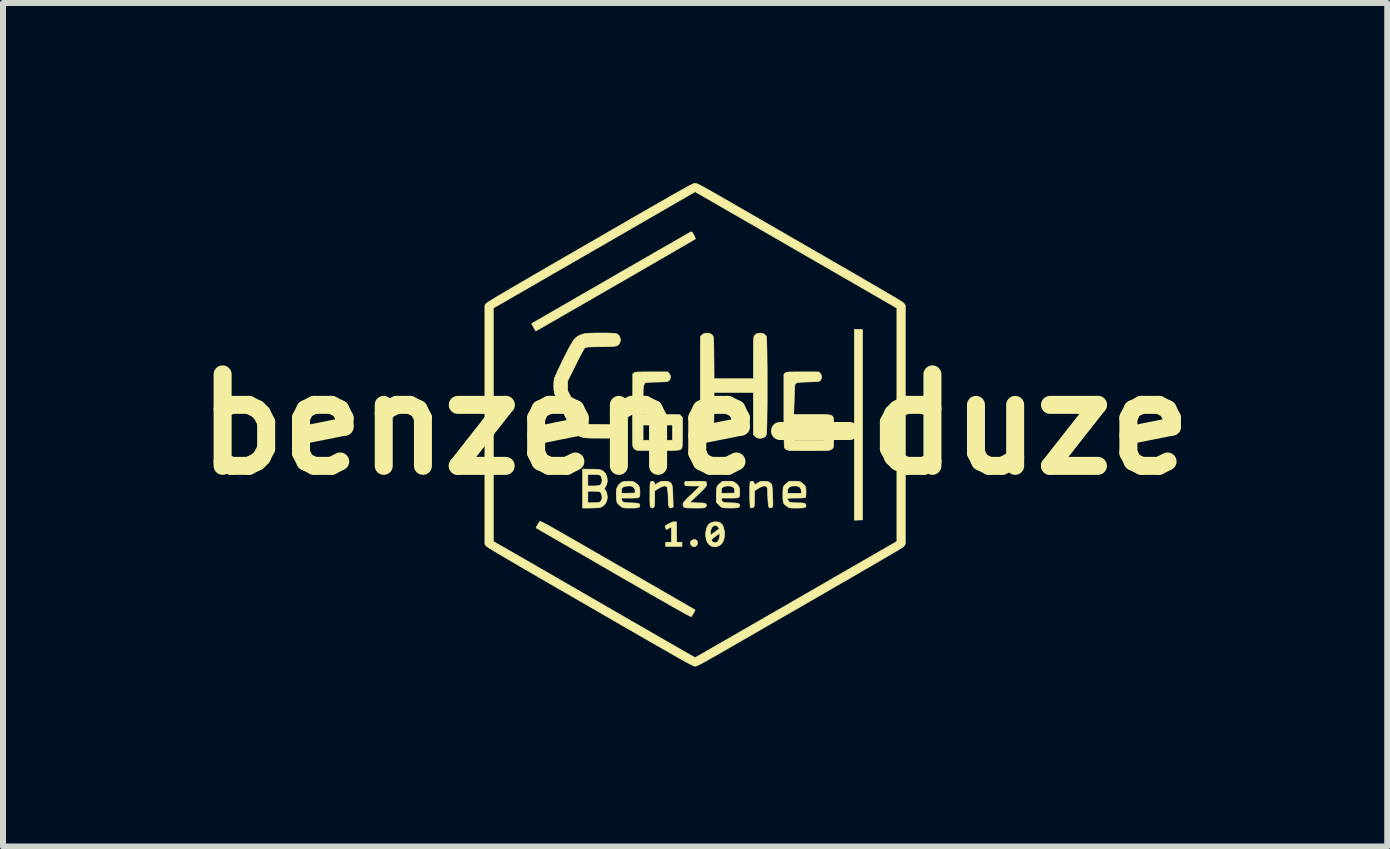
<source format=kicad_pcb>
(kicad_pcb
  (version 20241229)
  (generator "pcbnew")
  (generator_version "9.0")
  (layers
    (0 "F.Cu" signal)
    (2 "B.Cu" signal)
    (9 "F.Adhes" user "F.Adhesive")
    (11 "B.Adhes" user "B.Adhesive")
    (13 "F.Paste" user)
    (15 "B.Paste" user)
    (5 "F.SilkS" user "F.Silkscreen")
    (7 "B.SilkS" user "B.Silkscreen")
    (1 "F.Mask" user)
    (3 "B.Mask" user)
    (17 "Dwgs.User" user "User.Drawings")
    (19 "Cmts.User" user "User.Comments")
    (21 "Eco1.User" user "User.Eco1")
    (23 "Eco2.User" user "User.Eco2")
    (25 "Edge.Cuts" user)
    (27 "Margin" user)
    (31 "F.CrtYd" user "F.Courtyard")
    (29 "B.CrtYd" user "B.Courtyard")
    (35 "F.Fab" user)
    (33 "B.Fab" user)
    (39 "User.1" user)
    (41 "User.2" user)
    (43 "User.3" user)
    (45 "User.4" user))
  (footprint "benzene-duze"
    (layer "F.Cu")
    (at 8.534 4.024)
    (property "Reference" "benzene-duze" (at 0 0 0) (layer "F.SilkS") (effects (font (size 1.524 1.524) (thickness 0.3))))
    (attr through_hole)
    (fp_poly (pts (xy 2.79 -1.581) (xy 2.79 1.59) (xy 2.654 1.595) (xy 2.654 -1.586) (xy 2.79 -1.581)) (stroke (width 0.01) (type solid)) (fill yes) (layer "F.SilkS"))
    (fp_poly (pts (xy 0.024 1.93) (xy 0.03 1.938) (xy 0.042 1.966) (xy 0.039 1.994) (xy 0.025 2.017) (xy 0.003 2.033) (xy -0.025 2.036) (xy -0.041 2.032) (xy -0.064 2.014) (xy -0.077 1.986) (xy -0.079 1.971) (xy -0.071 1.947) (xy -0.052 1.929) (xy -0.026 1.919) (xy 0.001 1.919) (xy 0.024 1.93)) (stroke (width 0.01) (type solid)) (fill yes) (layer "F.SilkS"))
    (fp_poly (pts (xy -0.311 1.625) (xy -0.309 1.793) (xy -0.306 1.962) (xy -0.219 1.962) (xy -0.219 2.032) (xy -0.49 2.032) (xy -0.49 1.962) (xy -0.394 1.962) (xy -0.394 1.708) (xy -0.437 1.729) (xy -0.479 1.751) (xy -0.489 1.729) (xy -0.497 1.709) (xy -0.499 1.697) (xy -0.492 1.688) (xy -0.473 1.674) (xy -0.445 1.658) (xy -0.435 1.653) (xy -0.395 1.633) (xy -0.364 1.623) (xy -0.341 1.622) (xy -0.311 1.625)) (stroke (width 0.01) (type solid)) (fill yes) (layer "F.SilkS"))
    (fp_poly (pts (xy 0.381 1.625) (xy 0.422 1.64) (xy 0.452 1.669) (xy 0.473 1.713) (xy 0.486 1.77) (xy 0.489 1.805) (xy 0.487 1.877) (xy 0.473 1.936) (xy 0.448 1.981) (xy 0.411 2.014) (xy 0.37 2.031) (xy 0.341 2.038) (xy 0.318 2.039) (xy 0.293 2.033) (xy 0.276 2.028) (xy 0.237 2.005) (xy 0.207 1.968) (xy 0.187 1.921) (xy 0.273 1.921) (xy 0.277 1.941) (xy 0.293 1.957) (xy 0.317 1.967) (xy 0.344 1.969) (xy 0.367 1.962) (xy 0.383 1.946) (xy 0.397 1.918) (xy 0.407 1.884) (xy 0.412 1.85) (xy 0.412 1.847) (xy 0.412 1.812) (xy 0.344 1.86) (xy 0.314 1.882) (xy 0.29 1.902) (xy 0.276 1.916) (xy 0.273 1.921) (xy 0.187 1.921) (xy 0.187 1.919) (xy 0.177 1.86) (xy 0.177 1.815) (xy 0.254 1.815) (xy 0.254 1.848) (xy 0.328 1.794) (xy 0.359 1.771) (xy 0.384 1.751) (xy 0.399 1.738) (xy 0.403 1.734) (xy 0.397 1.724) (xy 0.384 1.708) (xy 0.381 1.705) (xy 0.355 1.685) (xy 0.328 1.682) (xy 0.303 1.692) (xy 0.281 1.715) (xy 0.264 1.749) (xy 0.255 1.791) (xy 0.254 1.815) (xy 0.177 1.815) (xy 0.177 1.808) (xy 0.187 1.744) (xy 0.206 1.693) (xy 0.235 1.656) (xy 0.276 1.633) (xy 0.327 1.622) (xy 0.33 1.622) (xy 0.381 1.625)) (stroke (width 0.01) (type solid)) (fill yes) (layer "F.SilkS"))
    (fp_poly (pts (xy -2.579 1.617) (xy -2.57 1.62) (xy -2.559 1.625) (xy -2.543 1.632) (xy -2.522 1.642) (xy -2.496 1.656) (xy -2.464 1.673) (xy -2.425 1.694) (xy -2.379 1.72) (xy -2.325 1.751) (xy -2.261 1.787) (xy -2.189 1.828) (xy -2.106 1.876) (xy -2.012 1.93) (xy -1.906 1.99) (xy -1.789 2.058) (xy -1.658 2.134) (xy -1.514 2.217) (xy -1.355 2.308) (xy -1.309 2.335) (xy -1.171 2.414) (xy -1.037 2.492) (xy -0.908 2.566) (xy -0.785 2.638) (xy -0.667 2.705) (xy -0.557 2.769) (xy -0.455 2.828) (xy -0.361 2.882) (xy -0.277 2.931) (xy -0.204 2.973) (xy -0.141 3.009) (xy -0.091 3.038) (xy -0.053 3.06) (xy -0.029 3.074) (xy -0.019 3.08) (xy -0.019 3.08) (xy 0.001 3.093) (xy -0.027 3.143) (xy -0.043 3.17) (xy -0.057 3.192) (xy -0.065 3.202) (xy -0.071 3.201) (xy -0.086 3.194) (xy -0.112 3.181) (xy -0.148 3.162) (xy -0.194 3.136) (xy -0.252 3.104) (xy -0.321 3.065) (xy -0.402 3.02) (xy -0.495 2.966) (xy -0.601 2.906) (xy -0.72 2.838) (xy -0.852 2.762) (xy -0.999 2.677) (xy -1.159 2.585) (xy -1.335 2.484) (xy -1.363 2.467) (xy -2.652 1.722) (xy -2.629 1.682) (xy -2.613 1.654) (xy -2.598 1.63) (xy -2.593 1.621) (xy -2.591 1.619) (xy -2.588 1.617) (xy -2.584 1.617) (xy -2.579 1.617)) (stroke (width 0.01) (type solid)) (fill yes) (layer "F.SilkS"))
    (fp_poly (pts (xy 0.071 0.946) (xy 0.113 0.947) (xy 0.142 0.948) (xy 0.161 0.95) (xy 0.173 0.953) (xy 0.18 0.957) (xy 0.184 0.963) (xy 0.191 0.979) (xy 0.194 0.994) (xy 0.192 1.009) (xy 0.183 1.027) (xy 0.166 1.05) (xy 0.14 1.078) (xy 0.104 1.115) (xy 0.056 1.161) (xy 0.051 1.166) (xy -0.091 1.303) (xy 0.038 1.306) (xy 0.089 1.308) (xy 0.125 1.309) (xy 0.15 1.312) (xy 0.165 1.315) (xy 0.175 1.32) (xy 0.18 1.326) (xy 0.191 1.345) (xy 0.189 1.359) (xy 0.175 1.375) (xy 0.168 1.381) (xy 0.158 1.386) (xy 0.144 1.389) (xy 0.122 1.391) (xy 0.09 1.392) (xy 0.045 1.393) (xy -0.002 1.393) (xy -0.062 1.392) (xy -0.106 1.391) (xy -0.138 1.39) (xy -0.16 1.387) (xy -0.174 1.383) (xy -0.182 1.379) (xy -0.197 1.361) (xy -0.202 1.333) (xy -0.201 1.322) (xy -0.198 1.311) (xy -0.191 1.299) (xy -0.179 1.283) (xy -0.159 1.261) (xy -0.132 1.233) (xy -0.094 1.196) (xy -0.059 1.163) (xy 0.083 1.025) (xy -0.035 1.025) (xy -0.093 1.024) (xy -0.134 1.022) (xy -0.158 1.018) (xy -0.165 1.014) (xy -0.173 0.997) (xy -0.174 0.975) (xy -0.168 0.957) (xy -0.161 0.951) (xy -0.148 0.95) (xy -0.121 0.948) (xy -0.082 0.947) (xy -0.035 0.946) (xy 0.014 0.946) (xy 0.071 0.946)) (stroke (width 0.01) (type solid)) (fill yes) (layer "F.SilkS"))
    (fp_poly (pts (xy 1.204 0.951) (xy 1.244 0.966) (xy 1.271 0.991) (xy 1.277 1.003) (xy 1.281 1.019) (xy 1.284 1.049) (xy 1.288 1.091) (xy 1.291 1.142) (xy 1.293 1.194) (xy 1.295 1.253) (xy 1.296 1.297) (xy 1.296 1.328) (xy 1.295 1.349) (xy 1.292 1.363) (xy 1.288 1.372) (xy 1.284 1.378) (xy 1.263 1.391) (xy 1.243 1.388) (xy 1.235 1.384) (xy 1.228 1.371) (xy 1.222 1.341) (xy 1.217 1.297) (xy 1.213 1.239) (xy 1.21 1.169) (xy 1.21 1.128) (xy 1.208 1.084) (xy 1.202 1.054) (xy 1.192 1.036) (xy 1.174 1.027) (xy 1.15 1.025) (xy 1.124 1.029) (xy 1.09 1.044) (xy 1.054 1.065) (xy 0.99 1.105) (xy 0.99 1.234) (xy 0.99 1.285) (xy 0.989 1.322) (xy 0.987 1.347) (xy 0.984 1.362) (xy 0.979 1.373) (xy 0.974 1.378) (xy 0.95 1.391) (xy 0.929 1.388) (xy 0.921 1.382) (xy 0.918 1.371) (xy 0.916 1.345) (xy 0.914 1.307) (xy 0.912 1.261) (xy 0.911 1.21) (xy 0.911 1.157) (xy 0.911 1.104) (xy 0.911 1.055) (xy 0.913 1.012) (xy 0.915 0.98) (xy 0.917 0.96) (xy 0.919 0.956) (xy 0.932 0.948) (xy 0.951 0.947) (xy 0.971 0.954) (xy 0.983 0.972) (xy 0.986 0.978) (xy 0.995 1.006) (xy 1.042 0.976) (xy 1.07 0.959) (xy 1.094 0.95) (xy 1.121 0.947) (xy 1.15 0.946) (xy 1.204 0.951)) (stroke (width 0.01) (type solid)) (fill yes) (layer "F.SilkS"))
    (fp_poly (pts (xy -0.69 0.953) (xy -0.676 0.975) (xy -0.673 0.988) (xy -0.671 0.998) (xy -0.666 1.002) (xy -0.655 0.997) (xy -0.634 0.985) (xy -0.622 0.977) (xy -0.593 0.96) (xy -0.569 0.951) (xy -0.542 0.947) (xy -0.514 0.946) (xy -0.472 0.948) (xy -0.439 0.955) (xy -0.429 0.959) (xy -0.412 0.97) (xy -0.399 0.982) (xy -0.389 1) (xy -0.382 1.025) (xy -0.377 1.059) (xy -0.373 1.106) (xy -0.371 1.166) (xy -0.37 1.201) (xy -0.365 1.374) (xy -0.39 1.385) (xy -0.408 1.392) (xy -0.421 1.387) (xy -0.43 1.376) (xy -0.439 1.362) (xy -0.444 1.341) (xy -0.447 1.311) (xy -0.448 1.28) (xy -0.449 1.206) (xy -0.452 1.144) (xy -0.457 1.094) (xy -0.463 1.058) (xy -0.47 1.037) (xy -0.473 1.033) (xy -0.501 1.024) (xy -0.535 1.029) (xy -0.578 1.047) (xy -0.61 1.065) (xy -0.674 1.105) (xy -0.674 1.235) (xy -0.675 1.288) (xy -0.676 1.325) (xy -0.678 1.351) (xy -0.682 1.367) (xy -0.687 1.377) (xy -0.688 1.379) (xy -0.707 1.391) (xy -0.728 1.388) (xy -0.738 1.383) (xy -0.743 1.379) (xy -0.747 1.371) (xy -0.749 1.358) (xy -0.751 1.337) (xy -0.752 1.306) (xy -0.753 1.264) (xy -0.753 1.206) (xy -0.753 1.171) (xy -0.753 1.102) (xy -0.752 1.049) (xy -0.751 1.01) (xy -0.748 0.982) (xy -0.744 0.964) (xy -0.738 0.953) (xy -0.729 0.948) (xy -0.718 0.946) (xy -0.713 0.946) (xy -0.69 0.953)) (stroke (width 0.01) (type solid)) (fill yes) (layer "F.SilkS"))
    (fp_poly (pts (xy -1.745 0.745) (xy -1.682 0.745) (xy -1.633 0.748) (xy -1.596 0.752) (xy -1.567 0.76) (xy -1.544 0.771) (xy -1.524 0.785) (xy -1.495 0.816) (xy -1.477 0.853) (xy -1.466 0.9) (xy -1.464 0.955) (xy -1.474 1.001) (xy -1.494 1.038) (xy -1.507 1.059) (xy -1.511 1.071) (xy -1.506 1.082) (xy -1.502 1.087) (xy -1.483 1.117) (xy -1.47 1.158) (xy -1.463 1.204) (xy -1.463 1.213) (xy -1.471 1.267) (xy -1.492 1.314) (xy -1.525 1.352) (xy -1.567 1.378) (xy -1.583 1.383) (xy -1.604 1.387) (xy -1.638 1.389) (xy -1.681 1.391) (xy -1.729 1.392) (xy -1.745 1.393) (xy -1.874 1.393) (xy -1.874 1.112) (xy -1.787 1.112) (xy -1.787 1.305) (xy -1.7 1.305) (xy -1.66 1.304) (xy -1.625 1.302) (xy -1.599 1.298) (xy -1.591 1.295) (xy -1.567 1.275) (xy -1.553 1.241) (xy -1.55 1.209) (xy -1.556 1.166) (xy -1.572 1.136) (xy -1.591 1.122) (xy -1.609 1.118) (xy -1.639 1.115) (xy -1.677 1.113) (xy -1.7 1.112) (xy -1.787 1.112) (xy -1.874 1.112) (xy -1.874 0.832) (xy -1.787 0.832) (xy -1.787 1.025) (xy -1.7 1.025) (xy -1.66 1.024) (xy -1.625 1.021) (xy -1.599 1.017) (xy -1.591 1.015) (xy -1.567 0.995) (xy -1.553 0.961) (xy -1.55 0.928) (xy -1.556 0.886) (xy -1.572 0.855) (xy -1.591 0.842) (xy -1.609 0.838) (xy -1.639 0.834) (xy -1.677 0.832) (xy -1.7 0.832) (xy -1.787 0.832) (xy -1.874 0.832) (xy -1.874 0.744) (xy -1.745 0.745)) (stroke (width 0.01) (type solid)) (fill yes) (layer "F.SilkS"))
    (fp_poly (pts (xy -0.059 -3.209) (xy -0.047 -3.198) (xy -0.031 -3.174) (xy -0.022 -3.157) (xy -0.007 -3.128) (xy 0.002 -3.105) (xy 0.004 -3.093) (xy 0.003 -3.092) (xy -0.005 -3.087) (xy -0.028 -3.074) (xy -0.063 -3.053) (xy -0.112 -3.024) (xy -0.171 -2.99) (xy -0.241 -2.949) (xy -0.321 -2.903) (xy -0.409 -2.852) (xy -0.504 -2.797) (xy -0.607 -2.738) (xy -0.715 -2.675) (xy -0.828 -2.61) (xy -0.945 -2.542) (xy -1.064 -2.473) (xy -1.186 -2.403) (xy -1.309 -2.332) (xy -1.432 -2.261) (xy -1.554 -2.191) (xy -1.675 -2.121) (xy -1.792 -2.053) (xy -1.906 -1.988) (xy -2.016 -1.925) (xy -2.12 -1.865) (xy -2.217 -1.809) (xy -2.307 -1.757) (xy -2.389 -1.71) (xy -2.462 -1.668) (xy -2.524 -1.632) (xy -2.575 -1.603) (xy -2.614 -1.581) (xy -2.64 -1.566) (xy -2.653 -1.559) (xy -2.653 -1.559) (xy -2.66 -1.566) (xy -2.672 -1.585) (xy -2.687 -1.612) (xy -2.691 -1.62) (xy -2.724 -1.68) (xy -2.695 -1.697) (xy -2.672 -1.71) (xy -2.636 -1.731) (xy -2.587 -1.76) (xy -2.527 -1.794) (xy -2.457 -1.835) (xy -2.377 -1.881) (xy -2.288 -1.932) (xy -2.192 -1.988) (xy -2.089 -2.047) (xy -1.981 -2.11) (xy -1.868 -2.175) (xy -1.751 -2.242) (xy -1.631 -2.311) (xy -1.51 -2.381) (xy -1.387 -2.452) (xy -1.265 -2.523) (xy -1.143 -2.593) (xy -1.023 -2.662) (xy -0.906 -2.729) (xy -0.793 -2.794) (xy -0.685 -2.857) (xy -0.582 -2.916) (xy -0.486 -2.971) (xy -0.397 -3.022) (xy -0.317 -3.068) (xy -0.247 -3.108) (xy -0.187 -3.143) (xy -0.138 -3.171) (xy -0.101 -3.192) (xy -0.078 -3.205) (xy -0.069 -3.21) (xy -0.069 -3.21) (xy -0.059 -3.209)) (stroke (width 0.01) (type solid)) (fill yes) (layer "F.SilkS"))
    (fp_poly (pts (xy 0.584 0.946) (xy 0.611 0.948) (xy 0.631 0.952) (xy 0.648 0.96) (xy 0.669 0.973) (xy 0.671 0.975) (xy 0.705 1.002) (xy 0.727 1.032) (xy 0.74 1.069) (xy 0.744 1.117) (xy 0.744 1.131) (xy 0.744 1.164) (xy 0.742 1.188) (xy 0.735 1.205) (xy 0.722 1.216) (xy 0.7 1.223) (xy 0.666 1.225) (xy 0.619 1.226) (xy 0.577 1.226) (xy 0.438 1.226) (xy 0.438 1.247) (xy 0.444 1.267) (xy 0.458 1.285) (xy 0.467 1.293) (xy 0.48 1.298) (xy 0.498 1.302) (xy 0.526 1.304) (xy 0.566 1.306) (xy 0.596 1.306) (xy 0.652 1.308) (xy 0.692 1.312) (xy 0.719 1.317) (xy 0.735 1.325) (xy 0.743 1.337) (xy 0.744 1.349) (xy 0.741 1.365) (xy 0.73 1.377) (xy 0.709 1.385) (xy 0.676 1.39) (xy 0.629 1.392) (xy 0.587 1.392) (xy 0.542 1.391) (xy 0.502 1.39) (xy 0.471 1.387) (xy 0.453 1.385) (xy 0.451 1.384) (xy 0.436 1.374) (xy 0.414 1.356) (xy 0.394 1.336) (xy 0.355 1.296) (xy 0.355 1.175) (xy 0.355 1.121) (xy 0.356 1.105) (xy 0.438 1.105) (xy 0.438 1.148) (xy 0.55 1.145) (xy 0.661 1.143) (xy 0.66 1.104) (xy 0.657 1.076) (xy 0.647 1.057) (xy 0.634 1.045) (xy 0.604 1.031) (xy 0.565 1.024) (xy 0.523 1.025) (xy 0.484 1.035) (xy 0.467 1.043) (xy 0.45 1.056) (xy 0.441 1.069) (xy 0.438 1.091) (xy 0.438 1.105) (xy 0.356 1.105) (xy 0.357 1.081) (xy 0.362 1.051) (xy 0.37 1.029) (xy 0.383 1.01) (xy 0.403 0.992) (xy 0.419 0.979) (xy 0.46 0.946) (xy 0.544 0.946) (xy 0.584 0.946)) (stroke (width 0.01) (type solid)) (fill yes) (layer "F.SilkS"))
    (fp_poly (pts (xy -1.076 0.946) (xy -1.049 0.949) (xy -1.03 0.954) (xy -1.011 0.963) (xy -0.995 0.974) (xy -0.961 0.999) (xy -0.938 1.026) (xy -0.926 1.057) (xy -0.92 1.098) (xy -0.92 1.127) (xy -0.92 1.161) (xy -0.922 1.187) (xy -0.928 1.204) (xy -0.941 1.216) (xy -0.963 1.222) (xy -0.996 1.225) (xy -1.043 1.226) (xy -1.087 1.226) (xy -1.226 1.226) (xy -1.226 1.247) (xy -1.22 1.267) (xy -1.206 1.285) (xy -1.197 1.293) (xy -1.184 1.298) (xy -1.166 1.302) (xy -1.139 1.304) (xy -1.099 1.306) (xy -1.067 1.306) (xy -1.011 1.309) (xy -0.97 1.312) (xy -0.943 1.318) (xy -0.927 1.327) (xy -0.921 1.339) (xy -0.922 1.357) (xy -0.923 1.36) (xy -0.927 1.372) (xy -0.936 1.38) (xy -0.951 1.386) (xy -0.975 1.39) (xy -1.011 1.392) (xy -1.061 1.392) (xy -1.082 1.392) (xy -1.131 1.392) (xy -1.166 1.391) (xy -1.19 1.388) (xy -1.207 1.383) (xy -1.221 1.377) (xy -1.222 1.376) (xy -1.244 1.359) (xy -1.27 1.337) (xy -1.278 1.329) (xy -1.292 1.313) (xy -1.301 1.298) (xy -1.306 1.279) (xy -1.309 1.253) (xy -1.312 1.219) (xy -1.314 1.155) (xy -1.312 1.105) (xy -1.226 1.105) (xy -1.226 1.148) (xy -1.115 1.145) (xy -1.003 1.143) (xy -1 1.11) (xy -1.001 1.085) (xy -1.011 1.065) (xy -1.024 1.051) (xy -1.039 1.037) (xy -1.055 1.029) (xy -1.076 1.025) (xy -1.108 1.025) (xy -1.148 1.027) (xy -1.177 1.033) (xy -1.197 1.043) (xy -1.215 1.056) (xy -1.223 1.069) (xy -1.226 1.091) (xy -1.226 1.105) (xy -1.312 1.105) (xy -1.312 1.104) (xy -1.305 1.065) (xy -1.292 1.034) (xy -1.274 1.008) (xy -1.272 1.006) (xy -1.245 0.979) (xy -1.22 0.961) (xy -1.191 0.951) (xy -1.154 0.947) (xy -1.114 0.946) (xy -1.076 0.946)) (stroke (width 0.01) (type solid)) (fill yes) (layer "F.SilkS"))
    (fp_poly (pts (xy -0.435 -0.853) (xy -0.417 -0.824) (xy -0.411 -0.792) (xy -0.417 -0.76) (xy -0.433 -0.733) (xy -0.459 -0.716) (xy -0.467 -0.714) (xy -0.481 -0.713) (xy -0.51 -0.711) (xy -0.551 -0.709) (xy -0.599 -0.708) (xy -0.648 -0.707) (xy -0.7 -0.706) (xy -0.747 -0.704) (xy -0.786 -0.702) (xy -0.813 -0.699) (xy -0.825 -0.697) (xy -0.838 -0.685) (xy -0.852 -0.665) (xy -0.853 -0.661) (xy -0.858 -0.65) (xy -0.861 -0.634) (xy -0.863 -0.611) (xy -0.865 -0.58) (xy -0.866 -0.538) (xy -0.867 -0.483) (xy -0.867 -0.413) (xy -0.867 -0.4) (xy -0.867 -0.167) (xy -0.252 -0.162) (xy -0.231 -0.137) (xy -0.21 -0.113) (xy -0.21 0.127) (xy -0.211 0.212) (xy -0.212 0.28) (xy -0.214 0.333) (xy -0.216 0.369) (xy -0.22 0.387) (xy -0.22 0.388) (xy -0.226 0.399) (xy -0.232 0.408) (xy -0.242 0.416) (xy -0.257 0.422) (xy -0.277 0.426) (xy -0.306 0.429) (xy -0.344 0.431) (xy -0.393 0.433) (xy -0.455 0.434) (xy -0.532 0.435) (xy -0.604 0.435) (xy -0.68 0.435) (xy -0.751 0.435) (xy -0.816 0.434) (xy -0.872 0.434) (xy -0.918 0.432) (xy -0.95 0.431) (xy -0.967 0.43) (xy -0.967 0.43) (xy -1.004 0.415) (xy -1.028 0.387) (xy -1.038 0.356) (xy -1.039 0.343) (xy -1.04 0.314) (xy -1.04 0.27) (xy -1.041 0.213) (xy -1.041 0.145) (xy -1.041 0.067) (xy -1.041 0.009) (xy -0.867 0.009) (xy -0.867 0.263) (xy -0.377 0.263) (xy -0.377 0.009) (xy -0.867 0.009) (xy -1.041 0.009) (xy -1.041 -0.02) (xy -1.041 -0.113) (xy -1.041 -0.211) (xy -1.04 -0.257) (xy -1.038 -0.842) (xy -1.017 -0.859) (xy -1.01 -0.864) (xy -1.002 -0.868) (xy -0.989 -0.87) (xy -0.971 -0.873) (xy -0.945 -0.874) (xy -0.909 -0.875) (xy -0.861 -0.876) (xy -0.8 -0.876) (xy -0.727 -0.876) (xy -0.458 -0.876) (xy -0.435 -0.853)) (stroke (width 0.01) (type solid)) (fill yes) (layer "F.SilkS"))
    (fp_poly (pts (xy 1.695 0.946) (xy 1.722 0.948) (xy 1.742 0.952) (xy 1.758 0.959) (xy 1.775 0.971) (xy 1.775 0.971) (xy 1.808 0.996) (xy 1.829 1.019) (xy 1.841 1.045) (xy 1.847 1.077) (xy 1.848 1.122) (xy 1.848 1.125) (xy 1.847 1.169) (xy 1.843 1.2) (xy 1.838 1.215) (xy 1.838 1.216) (xy 1.826 1.22) (xy 1.8 1.223) (xy 1.759 1.225) (xy 1.702 1.226) (xy 1.684 1.226) (xy 1.631 1.226) (xy 1.593 1.227) (xy 1.568 1.228) (xy 1.552 1.23) (xy 1.544 1.234) (xy 1.542 1.239) (xy 1.542 1.242) (xy 1.547 1.26) (xy 1.561 1.28) (xy 1.563 1.282) (xy 1.573 1.292) (xy 1.583 1.298) (xy 1.597 1.302) (xy 1.619 1.304) (xy 1.651 1.305) (xy 1.692 1.306) (xy 1.747 1.307) (xy 1.787 1.309) (xy 1.815 1.312) (xy 1.832 1.318) (xy 1.841 1.327) (xy 1.846 1.339) (xy 1.847 1.344) (xy 1.847 1.362) (xy 1.842 1.374) (xy 1.829 1.383) (xy 1.806 1.388) (xy 1.771 1.391) (xy 1.721 1.393) (xy 1.694 1.393) (xy 1.645 1.393) (xy 1.611 1.392) (xy 1.586 1.39) (xy 1.569 1.386) (xy 1.556 1.381) (xy 1.542 1.372) (xy 1.535 1.367) (xy 1.508 1.346) (xy 1.488 1.328) (xy 1.475 1.308) (xy 1.468 1.283) (xy 1.464 1.25) (xy 1.463 1.204) (xy 1.463 1.177) (xy 1.463 1.132) (xy 1.464 1.109) (xy 1.542 1.109) (xy 1.542 1.147) (xy 1.769 1.147) (xy 1.769 1.11) (xy 1.766 1.08) (xy 1.754 1.059) (xy 1.745 1.048) (xy 1.73 1.036) (xy 1.714 1.029) (xy 1.692 1.025) (xy 1.658 1.025) (xy 1.623 1.026) (xy 1.6 1.029) (xy 1.583 1.037) (xy 1.568 1.047) (xy 1.551 1.066) (xy 1.543 1.086) (xy 1.542 1.109) (xy 1.464 1.109) (xy 1.465 1.091) (xy 1.467 1.06) (xy 1.471 1.04) (xy 1.471 1.039) (xy 1.482 1.022) (xy 1.503 1) (xy 1.524 0.982) (xy 1.569 0.946) (xy 1.655 0.946) (xy 1.695 0.946)) (stroke (width 0.01) (type solid)) (fill yes) (layer "F.SilkS"))
    (fp_poly (pts (xy 1.113 -1.52) (xy 1.148 -1.508) (xy 1.176 -1.486) (xy 1.187 -1.468) (xy 1.189 -1.453) (xy 1.192 -1.423) (xy 1.194 -1.378) (xy 1.195 -1.32) (xy 1.197 -1.251) (xy 1.198 -1.172) (xy 1.199 -1.085) (xy 1.2 -0.992) (xy 1.201 -0.893) (xy 1.201 -0.79) (xy 1.201 -0.685) (xy 1.201 -0.58) (xy 1.201 -0.476) (xy 1.201 -0.374) (xy 1.2 -0.277) (xy 1.199 -0.185) (xy 1.198 -0.1) (xy 1.197 -0.024) (xy 1.195 0.042) (xy 1.194 0.096) (xy 1.192 0.136) (xy 1.189 0.162) (xy 1.188 0.17) (xy 1.17 0.2) (xy 1.144 0.218) (xy 1.108 0.227) (xy 1.083 0.228) (xy 1.053 0.227) (xy 1.032 0.222) (xy 1.015 0.211) (xy 1.002 0.198) (xy 0.972 0.168) (xy 0.972 -0.534) (xy 0.316 -0.534) (xy 0.314 -0.186) (xy 0.313 -0.095) (xy 0.312 -0.02) (xy 0.311 0.041) (xy 0.309 0.089) (xy 0.307 0.126) (xy 0.304 0.154) (xy 0.3 0.174) (xy 0.294 0.189) (xy 0.287 0.199) (xy 0.278 0.206) (xy 0.267 0.212) (xy 0.263 0.214) (xy 0.233 0.224) (xy 0.196 0.227) (xy 0.159 0.224) (xy 0.132 0.216) (xy 0.125 0.212) (xy 0.119 0.208) (xy 0.113 0.203) (xy 0.108 0.196) (xy 0.104 0.186) (xy 0.1 0.171) (xy 0.097 0.152) (xy 0.095 0.126) (xy 0.093 0.092) (xy 0.091 0.051) (xy 0.09 -0.001) (xy 0.089 -0.062) (xy 0.089 -0.136) (xy 0.088 -0.222) (xy 0.088 -0.322) (xy 0.088 -0.436) (xy 0.088 -0.566) (xy 0.088 -0.65) (xy 0.088 -1.462) (xy 0.112 -1.49) (xy 0.142 -1.512) (xy 0.179 -1.522) (xy 0.218 -1.522) (xy 0.255 -1.512) (xy 0.285 -1.492) (xy 0.299 -1.473) (xy 0.302 -1.463) (xy 0.305 -1.447) (xy 0.307 -1.422) (xy 0.309 -1.388) (xy 0.31 -1.343) (xy 0.312 -1.284) (xy 0.313 -1.212) (xy 0.313 -1.123) (xy 0.314 -1.106) (xy 0.316 -0.762) (xy 0.972 -0.762) (xy 0.972 -1.106) (xy 0.973 -1.2) (xy 0.973 -1.278) (xy 0.974 -1.34) (xy 0.975 -1.39) (xy 0.977 -1.426) (xy 0.979 -1.452) (xy 0.982 -1.467) (xy 0.983 -1.471) (xy 1.006 -1.498) (xy 1.037 -1.515) (xy 1.075 -1.522) (xy 1.113 -1.52)) (stroke (width 0.01) (type solid)) (fill yes) (layer "F.SilkS"))
    (fp_poly (pts (xy 2.082 -0.855) (xy 2.101 -0.828) (xy 2.108 -0.794) (xy 2.103 -0.761) (xy 2.087 -0.734) (xy 2.079 -0.727) (xy 2.07 -0.722) (xy 2.057 -0.718) (xy 2.038 -0.715) (xy 2.01 -0.713) (xy 1.971 -0.712) (xy 1.917 -0.71) (xy 1.889 -0.709) (xy 1.823 -0.707) (xy 1.772 -0.705) (xy 1.734 -0.701) (xy 1.707 -0.697) (xy 1.688 -0.69) (xy 1.676 -0.682) (xy 1.667 -0.671) (xy 1.665 -0.667) (xy 1.663 -0.655) (xy 1.66 -0.627) (xy 1.658 -0.587) (xy 1.655 -0.536) (xy 1.653 -0.478) (xy 1.651 -0.414) (xy 1.651 -0.409) (xy 1.644 -0.166) (xy 1.939 -0.166) (xy 2.026 -0.166) (xy 2.097 -0.166) (xy 2.154 -0.165) (xy 2.198 -0.163) (xy 2.232 -0.16) (xy 2.257 -0.155) (xy 2.274 -0.149) (xy 2.286 -0.142) (xy 2.295 -0.132) (xy 2.301 -0.12) (xy 2.302 -0.117) (xy 2.306 -0.102) (xy 2.308 -0.077) (xy 2.31 -0.039) (xy 2.311 0.012) (xy 2.311 0.078) (xy 2.31 0.147) (xy 2.31 0.218) (xy 2.309 0.273) (xy 2.308 0.315) (xy 2.306 0.346) (xy 2.304 0.368) (xy 2.302 0.383) (xy 2.298 0.392) (xy 2.293 0.399) (xy 2.289 0.404) (xy 2.269 0.417) (xy 2.24 0.428) (xy 2.232 0.43) (xy 2.216 0.431) (xy 2.184 0.433) (xy 2.14 0.434) (xy 2.086 0.435) (xy 2.025 0.435) (xy 1.959 0.436) (xy 1.891 0.436) (xy 1.823 0.436) (xy 1.758 0.436) (xy 1.699 0.436) (xy 1.647 0.435) (xy 1.606 0.434) (xy 1.578 0.433) (xy 1.568 0.432) (xy 1.525 0.42) (xy 1.498 0.401) (xy 1.49 0.389) (xy 1.488 0.378) (xy 1.486 0.355) (xy 1.485 0.319) (xy 1.483 0.27) (xy 1.482 0.206) (xy 1.481 0.128) (xy 1.481 0.034) (xy 1.481 0.009) (xy 1.647 0.009) (xy 1.647 0.263) (xy 2.137 0.263) (xy 2.137 0.009) (xy 1.647 0.009) (xy 1.481 0.009) (xy 1.48 -0.075) (xy 1.48 -0.202) (xy 1.48 -0.235) (xy 1.48 -0.838) (xy 1.5 -0.857) (xy 1.507 -0.862) (xy 1.514 -0.866) (xy 1.524 -0.87) (xy 1.539 -0.872) (xy 1.561 -0.874) (xy 1.592 -0.875) (xy 1.633 -0.875) (xy 1.687 -0.876) (xy 1.757 -0.876) (xy 1.789 -0.876) (xy 2.057 -0.876) (xy 2.082 -0.855)) (stroke (width 0.01) (type solid)) (fill yes) (layer "F.SilkS"))
    (fp_poly (pts (xy -1.49 -1.524) (xy -1.429 -1.523) (xy -1.381 -1.521) (xy -1.344 -1.518) (xy -1.317 -1.513) (xy -1.297 -1.506) (xy -1.282 -1.496) (xy -1.271 -1.484) (xy -1.261 -1.47) (xy -1.246 -1.429) (xy -1.247 -1.387) (xy -1.261 -1.352) (xy -1.27 -1.338) (xy -1.279 -1.326) (xy -1.291 -1.318) (xy -1.307 -1.311) (xy -1.33 -1.306) (xy -1.361 -1.303) (xy -1.402 -1.3) (xy -1.455 -1.299) (xy -1.524 -1.297) (xy -1.569 -1.296) (xy -1.642 -1.295) (xy -1.7 -1.294) (xy -1.744 -1.292) (xy -1.777 -1.291) (xy -1.8 -1.289) (xy -1.816 -1.286) (xy -1.827 -1.283) (xy -1.834 -1.278) (xy -1.841 -1.273) (xy -1.85 -1.26) (xy -1.865 -1.234) (xy -1.886 -1.197) (xy -1.911 -1.149) (xy -1.94 -1.094) (xy -1.971 -1.033) (xy -1.993 -0.989) (xy -2.124 -0.725) (xy -2.124 -0.563) (xy -1.991 -0.295) (xy -1.954 -0.221) (xy -1.923 -0.161) (xy -1.899 -0.114) (xy -1.879 -0.078) (xy -1.864 -0.052) (xy -1.852 -0.033) (xy -1.842 -0.022) (xy -1.833 -0.015) (xy -1.831 -0.014) (xy -1.82 -0.009) (xy -1.804 -0.006) (xy -1.781 -0.003) (xy -1.749 -0.002) (xy -1.706 -0.001) (xy -1.65 0.00016) (xy -1.578 0.000488) (xy -1.575 0.000495) (xy -1.497 0.001) (xy -1.435 0.002) (xy -1.386 0.004) (xy -1.349 0.007) (xy -1.321 0.011) (xy -1.301 0.018) (xy -1.286 0.027) (xy -1.274 0.038) (xy -1.263 0.053) (xy -1.25 0.077) (xy -1.245 0.101) (xy -1.246 0.126) (xy -1.251 0.157) (xy -1.263 0.179) (xy -1.282 0.199) (xy -1.314 0.228) (xy -1.574 0.227) (xy -1.65 0.227) (xy -1.711 0.227) (xy -1.759 0.226) (xy -1.796 0.224) (xy -1.825 0.222) (xy -1.848 0.22) (xy -1.866 0.216) (xy -1.884 0.211) (xy -1.889 0.209) (xy -1.927 0.195) (xy -1.961 0.174) (xy -1.998 0.143) (xy -2.012 0.129) (xy -2.025 0.115) (xy -2.037 0.1) (xy -2.05 0.082) (xy -2.064 0.059) (xy -2.081 0.028) (xy -2.102 -0.011) (xy -2.127 -0.061) (xy -2.158 -0.123) (xy -2.191 -0.188) (xy -2.224 -0.255) (xy -2.255 -0.32) (xy -2.282 -0.379) (xy -2.306 -0.431) (xy -2.325 -0.474) (xy -2.338 -0.505) (xy -2.343 -0.521) (xy -2.352 -0.571) (xy -2.355 -0.631) (xy -2.354 -0.693) (xy -2.349 -0.748) (xy -2.346 -0.764) (xy -2.339 -0.782) (xy -2.326 -0.815) (xy -2.306 -0.858) (xy -2.282 -0.912) (xy -2.253 -0.972) (xy -2.222 -1.037) (xy -2.193 -1.095) (xy -2.151 -1.178) (xy -2.116 -1.248) (xy -2.085 -1.305) (xy -2.059 -1.35) (xy -2.037 -1.387) (xy -2.016 -1.415) (xy -1.996 -1.437) (xy -1.976 -1.455) (xy -1.956 -1.469) (xy -1.932 -1.482) (xy -1.93 -1.483) (xy -1.904 -1.495) (xy -1.878 -1.504) (xy -1.849 -1.511) (xy -1.815 -1.517) (xy -1.773 -1.52) (xy -1.72 -1.522) (xy -1.655 -1.524) (xy -1.576 -1.524) (xy -1.567 -1.524) (xy -1.49 -1.524)) (stroke (width 0.01) (type solid)) (fill yes) (layer "F.SilkS"))
    (fp_poly (pts (xy 0.006 -4.019) (xy 0.014 -4.017) (xy 0.025 -4.014) (xy 0.038 -4.009) (xy 0.054 -4.002) (xy 0.076 -3.991) (xy 0.102 -3.977) (xy 0.135 -3.96) (xy 0.175 -3.938) (xy 0.224 -3.911) (xy 0.28 -3.879) (xy 0.347 -3.841) (xy 0.424 -3.797) (xy 0.512 -3.746) (xy 0.613 -3.688) (xy 0.726 -3.622) (xy 0.854 -3.549) (xy 0.93 -3.505) (xy 1.163 -3.371) (xy 1.381 -3.245) (xy 1.585 -3.127) (xy 1.775 -3.018) (xy 1.951 -2.915) (xy 2.115 -2.821) (xy 2.267 -2.733) (xy 2.407 -2.652) (xy 2.536 -2.578) (xy 2.653 -2.51) (xy 2.761 -2.448) (xy 2.858 -2.391) (xy 2.947 -2.34) (xy 3.026 -2.294) (xy 3.097 -2.253) (xy 3.16 -2.216) (xy 3.215 -2.183) (xy 3.264 -2.155) (xy 3.306 -2.13) (xy 3.342 -2.109) (xy 3.373 -2.09) (xy 3.398 -2.075) (xy 3.419 -2.062) (xy 3.436 -2.051) (xy 3.45 -2.043) (xy 3.46 -2.036) (xy 3.467 -2.03) (xy 3.473 -2.026) (xy 3.477 -2.022) (xy 3.479 -2.02) (xy 3.481 -2.017) (xy 3.483 -2.014) (xy 3.484 -2.013) (xy 3.503 -1.984) (xy 3.503 1.993) (xy 3.484 2.022) (xy 3.482 2.025) (xy 3.48 2.027) (xy 3.478 2.03) (xy 3.474 2.033) (xy 3.469 2.037) (xy 3.463 2.043) (xy 3.453 2.049) (xy 3.441 2.057) (xy 3.426 2.067) (xy 3.406 2.079) (xy 3.382 2.094) (xy 3.353 2.111) (xy 3.319 2.131) (xy 3.279 2.155) (xy 3.233 2.182) (xy 3.18 2.213) (xy 3.119 2.248) (xy 3.051 2.288) (xy 2.975 2.332) (xy 2.89 2.382) (xy 2.795 2.436) (xy 2.691 2.497) (xy 2.577 2.563) (xy 2.452 2.635) (xy 2.316 2.713) (xy 2.169 2.799) (xy 2.009 2.891) (xy 1.836 2.991) (xy 1.651 3.098) (xy 1.452 3.212) (xy 1.239 3.335) (xy 1.011 3.467) (xy 0.932 3.513) (xy 0.796 3.591) (xy 0.674 3.661) (xy 0.565 3.724) (xy 0.47 3.779) (xy 0.386 3.827) (xy 0.313 3.868) (xy 0.25 3.904) (xy 0.197 3.934) (xy 0.152 3.959) (xy 0.115 3.979) (xy 0.085 3.995) (xy 0.06 4.007) (xy 0.041 4.016) (xy 0.026 4.022) (xy 0.015 4.026) (xy 0.006 4.028) (xy -0.001 4.029) (xy -0.001 4.029) (xy -0.006 4.028) (xy -0.014 4.026) (xy -0.024 4.022) (xy -0.037 4.017) (xy -0.054 4.008) (xy -0.075 3.998) (xy -0.102 3.984) (xy -0.134 3.967) (xy -0.172 3.946) (xy -0.217 3.921) (xy -0.269 3.892) (xy -0.329 3.858) (xy -0.398 3.819) (xy -0.476 3.774) (xy -0.563 3.724) (xy -0.661 3.668) (xy -0.769 3.606) (xy -0.889 3.537) (xy -1.021 3.461) (xy -1.166 3.378) (xy -1.323 3.287) (xy -1.495 3.188) (xy -1.681 3.08) (xy -1.752 3.039) (xy -1.949 2.925) (xy -2.132 2.819) (xy -2.301 2.722) (xy -2.456 2.632) (xy -2.598 2.55) (xy -2.727 2.475) (xy -2.844 2.407) (xy -2.949 2.346) (xy -3.043 2.291) (xy -3.127 2.242) (xy -3.2 2.198) (xy -3.264 2.161) (xy -3.318 2.128) (xy -3.364 2.101) (xy -3.401 2.078) (xy -3.431 2.059) (xy -3.454 2.044) (xy -3.47 2.033) (xy -3.48 2.026) (xy -3.484 2.022) (xy -3.503 1.993) (xy -3.503 1.949) (xy -3.363 1.949) (xy -3.159 2.065) (xy -3.131 2.081) (xy -3.088 2.106) (xy -3.032 2.138) (xy -2.963 2.178) (xy -2.883 2.224) (xy -2.792 2.277) (xy -2.69 2.335) (xy -2.58 2.399) (xy -2.461 2.467) (xy -2.335 2.54) (xy -2.203 2.617) (xy -2.065 2.696) (xy -1.922 2.779) (xy -1.776 2.863) (xy -1.626 2.95) (xy -1.48 3.034) (xy -1.332 3.12) (xy -1.187 3.203) (xy -1.048 3.284) (xy -0.913 3.361) (xy -0.785 3.435) (xy -0.665 3.505) (xy -0.551 3.57) (xy -0.446 3.63) (xy -0.351 3.685) (xy -0.265 3.735) (xy -0.19 3.778) (xy -0.126 3.814) (xy -0.074 3.844) (xy -0.035 3.866) (xy -0.01 3.88) (xy 0.001 3.886) (xy 0.001 3.886) (xy 0.009 3.881) (xy 0.032 3.869) (xy 0.068 3.848) (xy 0.118 3.819) (xy 0.18 3.784) (xy 0.253 3.742) (xy 0.338 3.693) (xy 0.433 3.638) (xy 0.538 3.578) (xy 0.651 3.513) (xy 0.773 3.442) (xy 0.903 3.368) (xy 1.039 3.289) (xy 1.182 3.207) (xy 1.331 3.121) (xy 1.484 3.033) (xy 1.641 2.942) (xy 1.685 2.917) (xy 3.363 1.949) (xy 3.363 -1.94) (xy 1.682 -2.91) (xy 0.000436 -3.879) (xy -1.574 -2.97) (xy -1.729 -2.881) (xy -1.881 -2.793) (xy -2.029 -2.708) (xy -2.172 -2.625) (xy -2.31 -2.546) (xy -2.442 -2.47) (xy -2.567 -2.398) (xy -2.683 -2.33) (xy -2.792 -2.268) (xy -2.891 -2.211) (xy -2.98 -2.16) (xy -3.058 -2.115) (xy -3.124 -2.076) (xy -3.178 -2.045) (xy -3.219 -2.022) (xy -3.246 -2.006) (xy -3.256 -2.001) (xy -3.363 -1.94) (xy -3.363 0.004) (xy -3.363 1.949) (xy -3.503 1.949) (xy -3.503 -1.984) (xy -3.484 -2.013) (xy -3.479 -2.018) (xy -3.468 -2.026) (xy -3.451 -2.038) (xy -3.427 -2.053) (xy -3.396 -2.072) (xy -3.357 -2.096) (xy -3.31 -2.125) (xy -3.254 -2.158) (xy -3.188 -2.197) (xy -3.113 -2.241) (xy -3.028 -2.291) (xy -2.932 -2.347) (xy -2.825 -2.409) (xy -2.706 -2.479) (xy -2.574 -2.555) (xy -2.43 -2.639) (xy -2.273 -2.73) (xy -2.101 -2.829) (xy -1.916 -2.936) (xy -1.756 -3.028) (xy -1.564 -3.139) (xy -1.387 -3.242) (xy -1.223 -3.336) (xy -1.073 -3.423) (xy -0.936 -3.502) (xy -0.811 -3.573) (xy -0.698 -3.639) (xy -0.596 -3.697) (xy -0.504 -3.749) (xy -0.423 -3.796) (xy -0.351 -3.837) (xy -0.287 -3.873) (xy -0.232 -3.904) (xy -0.184 -3.93) (xy -0.144 -3.953) (xy -0.11 -3.971) (xy -0.082 -3.986) (xy -0.059 -3.997) (xy -0.041 -4.006) (xy -0.027 -4.012) (xy -0.017 -4.016) (xy -0.009 -4.018) (xy -0.007 -4.018) (xy -0.000416 -4.019) (xy 0.006 -4.019)) (stroke (width 0.01) (type solid)) (fill yes) (layer "F.SilkS")))
  (gr_rect
    (start -3 -3)
    (end 20.069 11.057)
    (stroke (width 0.1) (type default))
    (fill no)
    (layer "Edge.Cuts")))
</source>
